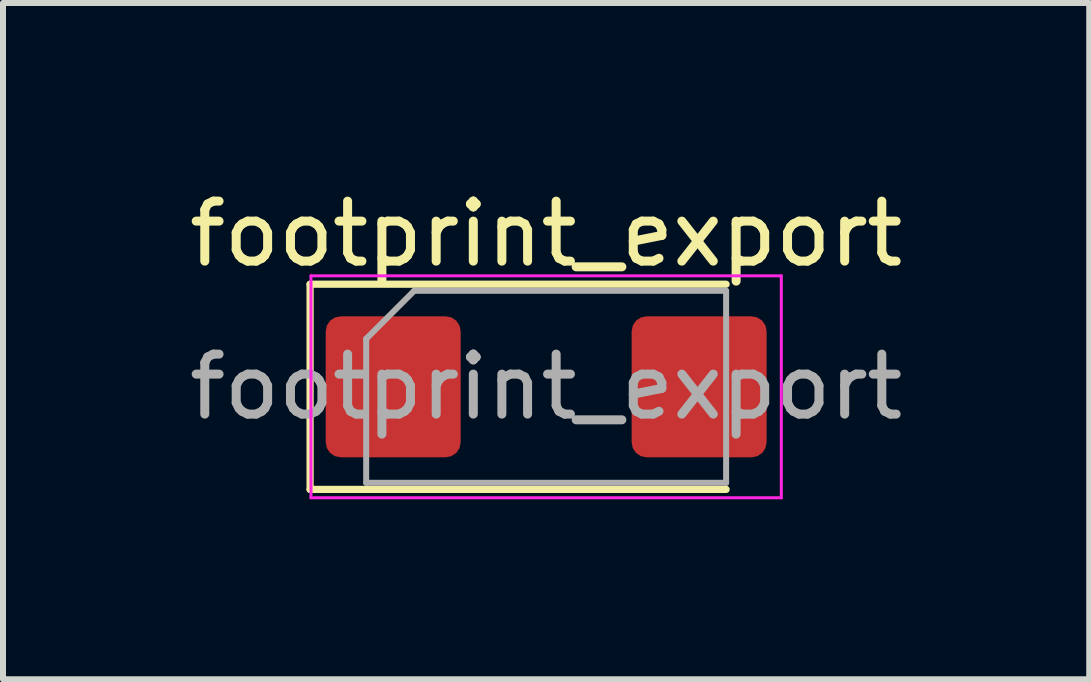
<source format=kicad_pcb>
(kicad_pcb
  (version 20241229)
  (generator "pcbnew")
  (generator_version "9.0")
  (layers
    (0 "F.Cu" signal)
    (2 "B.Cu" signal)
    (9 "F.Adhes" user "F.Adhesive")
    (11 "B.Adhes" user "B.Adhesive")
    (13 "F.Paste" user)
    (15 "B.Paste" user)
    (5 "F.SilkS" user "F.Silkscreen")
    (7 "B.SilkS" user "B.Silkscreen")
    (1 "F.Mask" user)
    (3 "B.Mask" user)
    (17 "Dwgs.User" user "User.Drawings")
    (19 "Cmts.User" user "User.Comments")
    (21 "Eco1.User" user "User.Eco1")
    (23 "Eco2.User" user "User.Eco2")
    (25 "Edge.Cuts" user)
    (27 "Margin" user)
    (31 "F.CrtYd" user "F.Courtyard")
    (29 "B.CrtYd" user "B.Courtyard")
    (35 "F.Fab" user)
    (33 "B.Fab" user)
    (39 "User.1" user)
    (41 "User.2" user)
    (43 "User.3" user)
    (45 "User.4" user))
  (footprint "footprint_export"
    (layer "F.Cu")
    (at 6.054 3.398)
    (property "Reference" "footprint_export" (at 0 -2.55 0) (layer "F.SilkS") (effects (font (size 1 1) (thickness 0.15))))
    (attr smd)
    (fp_line (start -3.935 -1.71) (end -3.935 1.71) (stroke (width 0.12) (type solid)) (layer "F.SilkS"))
    (fp_line (start -3.935 1.71) (end 3 1.71) (stroke (width 0.12) (type solid)) (layer "F.SilkS"))
    (fp_line (start 3 -1.71) (end -3.935 -1.71) (stroke (width 0.12) (type solid)) (layer "F.SilkS"))
    (fp_line (start -3.92 -1.85) (end 3.92 -1.85) (stroke (width 0.05) (type solid)) (layer "F.CrtYd"))
    (fp_line (start -3.92 1.85) (end -3.92 -1.85) (stroke (width 0.05) (type solid)) (layer "F.CrtYd"))
    (fp_line (start 3.92 -1.85) (end 3.92 1.85) (stroke (width 0.05) (type solid)) (layer "F.CrtYd"))
    (fp_line (start 3.92 1.85) (end -3.92 1.85) (stroke (width 0.05) (type solid)) (layer "F.CrtYd"))
    (fp_line (start -3 -0.8) (end -3 1.6) (stroke (width 0.1) (type solid)) (layer "F.Fab"))
    (fp_line (start -3 1.6) (end 3 1.6) (stroke (width 0.1) (type solid)) (layer "F.Fab"))
    (fp_line (start -2.2 -1.6) (end -3 -0.8) (stroke (width 0.1) (type solid)) (layer "F.Fab"))
    (fp_line (start 3 -1.6) (end -2.2 -1.6) (stroke (width 0.1) (type solid)) (layer "F.Fab"))
    (fp_line (start 3 1.6) (end 3 -1.6) (stroke (width 0.1) (type solid)) (layer "F.Fab"))
    (fp_text user "${REFERENCE}" (at 0 0 0) (layer "F.Fab") (effects (font (size 1 1) (thickness 0.15))))
    (pad "1" smd roundrect (at -2.55 0) (size 2.25 2.35) (layers "F.Cu" "F.Mask" "F.Paste") (roundrect_rratio 0.111))
    (pad "2" smd roundrect (at 2.55 0) (size 2.25 2.35) (layers "F.Cu" "F.Mask" "F.Paste") (roundrect_rratio 0.111)))
  (gr_rect
    (start -3 -3)
    (end 15.107 8.273)
    (stroke (width 0.1) (type default))
    (fill no)
    (layer "Edge.Cuts")))
</source>
